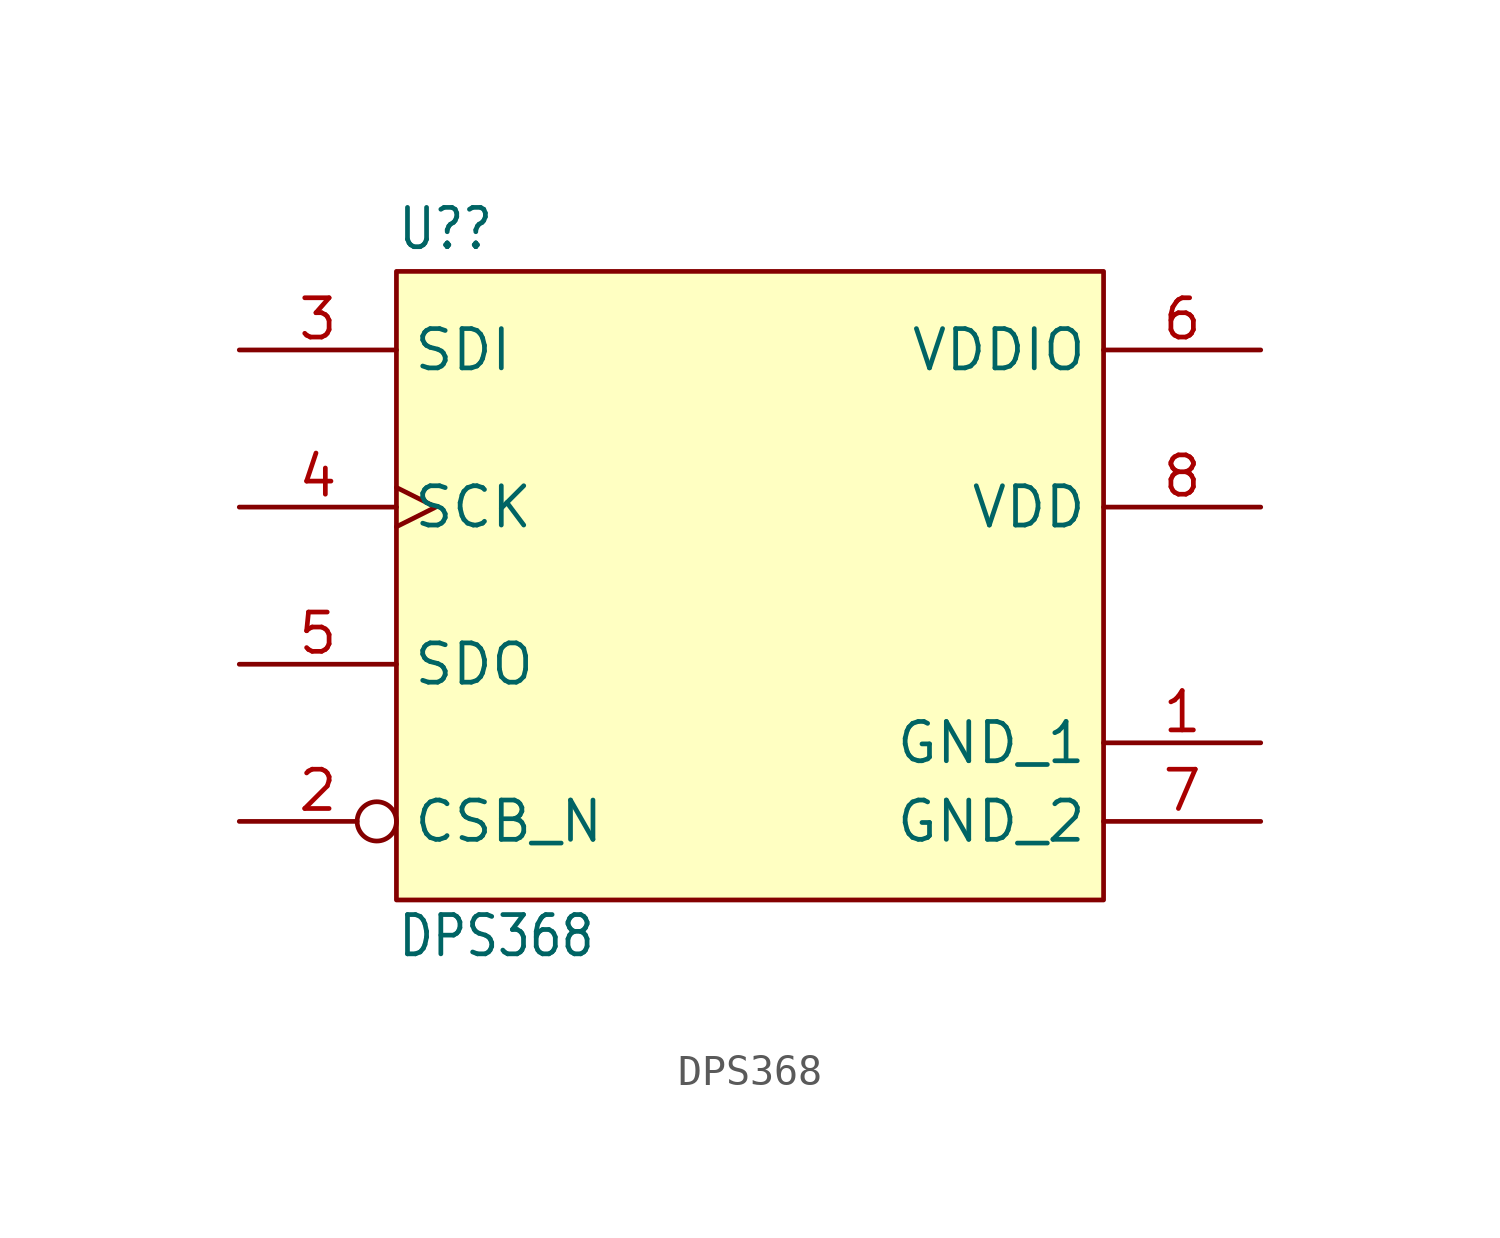
<source format=kicad_sym>
(kicad_symbol_lib
  (version 20231120)
  (generator "kicad_symbol_editor")
  (generator_version "8.0")
  (symbol "DPS368"
    (property "Reference" "U?"
      (at 0 0.635 0)
      (effects (font (size 1.27 1.079)) (justify left bottom)))
    (property "Value" "DPS368"
      (at 0 -22.225 0)
      (effects (font (size 1.27 1.079)) (justify left bottom)))
    (symbol "DPS368_1_0"
      (pin power_in line (at 27.94 -15.24 180) (length 5.08) (name "GND_1" (effects (font (size 1.27 1.27)))) (number "1" (effects (font (size 1.27 1.27)))))
      (pin input inverted (at -5.08 -17.78 0) (length 5.08) (name "CSB_N" (effects (font (size 1.27 1.27)))) (number "2" (effects (font (size 1.27 1.27)))))
      (pin bidirectional line (at -5.08 -2.54 0) (length 5.08) (name "SDI" (effects (font (size 1.27 1.27)))) (number "3" (effects (font (size 1.27 1.27)))))
      (pin input clock (at -5.08 -7.62 0) (length 5.08) (name "SCK" (effects (font (size 1.27 1.27)))) (number "4" (effects (font (size 1.27 1.27)))))
      (pin output line (at -5.08 -12.7 0) (length 5.08) (name "SDO" (effects (font (size 1.27 1.27)))) (number "5" (effects (font (size 1.27 1.27)))))
      (pin power_in line (at 27.94 -2.54 180) (length 5.08) (name "VDDIO" (effects (font (size 1.27 1.27)))) (number "6" (effects (font (size 1.27 1.27)))))
      (pin power_in line (at 27.94 -17.78 180) (length 5.08) (name "GND_2" (effects (font (size 1.27 1.27)))) (number "7" (effects (font (size 1.27 1.27)))))
      (pin power_in line (at 27.94 -7.62 180) (length 5.08) (name "VDD" (effects (font (size 1.27 1.27)))) (number "8" (effects (font (size 1.27 1.27))))))
    (symbol "DPS368_1_1"
      (rectangle (start 0 0) (end 22.86 -20.32) (stroke (width 0) (type default)) (fill (type background))))))
</source>
